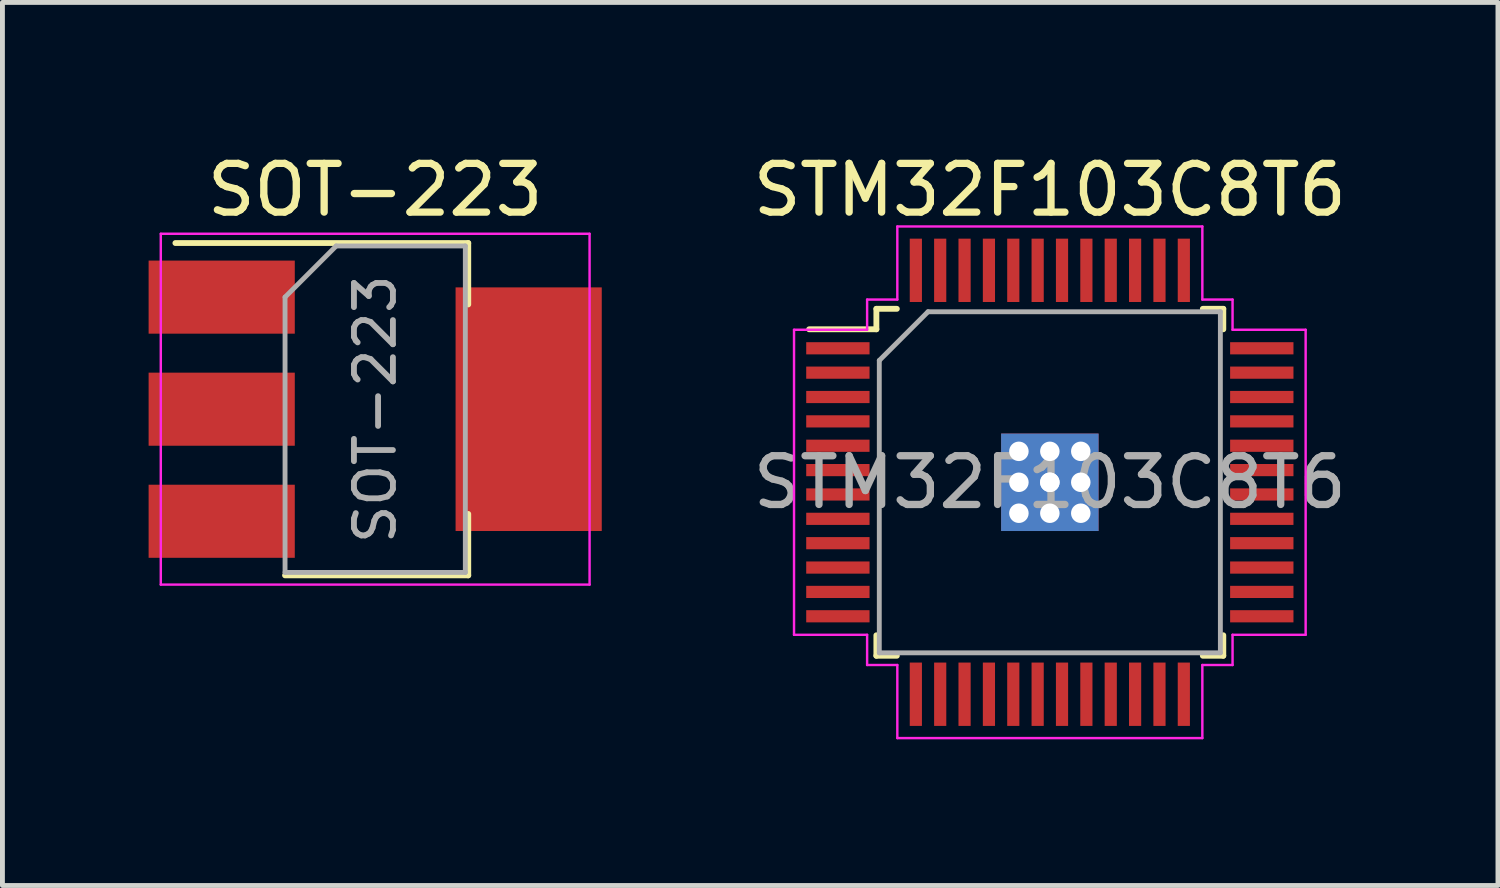
<source format=kicad_pcb>
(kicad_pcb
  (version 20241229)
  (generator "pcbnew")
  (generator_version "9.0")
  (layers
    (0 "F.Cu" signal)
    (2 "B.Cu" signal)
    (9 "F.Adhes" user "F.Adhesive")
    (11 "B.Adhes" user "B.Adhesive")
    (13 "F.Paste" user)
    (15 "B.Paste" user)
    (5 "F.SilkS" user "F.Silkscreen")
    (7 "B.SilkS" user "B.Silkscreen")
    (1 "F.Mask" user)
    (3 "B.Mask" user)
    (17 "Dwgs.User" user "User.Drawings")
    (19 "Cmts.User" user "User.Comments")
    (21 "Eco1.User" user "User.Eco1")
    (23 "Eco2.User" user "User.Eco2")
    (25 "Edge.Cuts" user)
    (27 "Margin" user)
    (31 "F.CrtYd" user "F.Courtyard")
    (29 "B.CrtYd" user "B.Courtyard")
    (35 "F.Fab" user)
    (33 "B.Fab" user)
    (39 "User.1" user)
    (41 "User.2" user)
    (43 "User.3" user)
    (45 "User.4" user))
  (footprint "SOT-223"
    (layer "F.Cu")
    (at 4.65 5.348)
    (property "Reference" "SOT-223" (at 0 -4.5 0) (layer "F.SilkS") (effects (font (size 1 1) (thickness 0.15))))
    (attr smd)
    (fp_line (start -4.1 -3.41) (end 1.91 -3.41) (stroke (width 0.12) (type solid)) (layer "F.SilkS"))
    (fp_line (start -1.85 3.41) (end 1.91 3.41) (stroke (width 0.12) (type solid)) (layer "F.SilkS"))
    (fp_line (start 1.91 -3.41) (end 1.91 -2.15) (stroke (width 0.12) (type solid)) (layer "F.SilkS"))
    (fp_line (start 1.91 3.41) (end 1.91 2.15) (stroke (width 0.12) (type solid)) (layer "F.SilkS"))
    (fp_line (start -4.4 -3.6) (end -4.4 3.6) (stroke (width 0.05) (type solid)) (layer "F.CrtYd"))
    (fp_line (start -4.4 3.6) (end 4.4 3.6) (stroke (width 0.05) (type solid)) (layer "F.CrtYd"))
    (fp_line (start 4.4 -3.6) (end -4.4 -3.6) (stroke (width 0.05) (type solid)) (layer "F.CrtYd"))
    (fp_line (start 4.4 3.6) (end 4.4 -3.6) (stroke (width 0.05) (type solid)) (layer "F.CrtYd"))
    (fp_line (start -1.85 -2.3) (end -1.85 3.35) (stroke (width 0.1) (type solid)) (layer "F.Fab"))
    (fp_line (start -1.85 -2.3) (end -0.8 -3.35) (stroke (width 0.1) (type solid)) (layer "F.Fab"))
    (fp_line (start -1.85 3.35) (end 1.85 3.35) (stroke (width 0.1) (type solid)) (layer "F.Fab"))
    (fp_line (start -0.8 -3.35) (end 1.85 -3.35) (stroke (width 0.1) (type solid)) (layer "F.Fab"))
    (fp_line (start 1.85 -3.35) (end 1.85 3.35) (stroke (width 0.1) (type solid)) (layer "F.Fab"))
    (fp_text user "${REFERENCE}" (at 0 0 90) (layer "F.Fab") (effects (font (size 0.8 0.8) (thickness 0.12))))
    (pad "1" smd rect (at -3.15 -2.3) (size 3 1.5) (layers "F.Cu" "F.Mask" "F.Paste"))
    (pad "2" smd rect (at -3.15 0) (size 3 1.5) (layers "F.Cu" "F.Mask" "F.Paste"))
    (pad "3" smd rect (at -3.15 2.3) (size 3 1.5) (layers "F.Cu" "F.Mask" "F.Paste"))
    (pad "4" smd rect (at 3.15 0) (size 3 5) (layers "F.Cu" "F.Mask" "F.Paste")))
  (footprint "STM32F103C8T6"
    (layer "F.Cu")
    (at 18.496 6.848)
    (property "Reference" "STM32F103C8T6" (at 0 -6 0) (layer "F.SilkS") (effects (font (size 1 1) (thickness 0.15))))
    (attr smd)
    (fp_line (start -3.56 -3.56) (end -3.56 -3.14) (stroke (width 0.12) (type solid)) (layer "F.SilkS"))
    (fp_line (start -3.56 -3.56) (end -3.14 -3.56) (stroke (width 0.12) (type solid)) (layer "F.SilkS"))
    (fp_line (start -3.56 -3.14) (end -4.94 -3.14) (stroke (width 0.12) (type solid)) (layer "F.SilkS"))
    (fp_line (start -3.56 3.56) (end -3.56 3.14) (stroke (width 0.12) (type solid)) (layer "F.SilkS"))
    (fp_line (start -3.56 3.56) (end -3.14 3.56) (stroke (width 0.12) (type solid)) (layer "F.SilkS"))
    (fp_line (start 3.56 -3.56) (end 3.14 -3.56) (stroke (width 0.12) (type solid)) (layer "F.SilkS"))
    (fp_line (start 3.56 -3.56) (end 3.56 -3.14) (stroke (width 0.12) (type solid)) (layer "F.SilkS"))
    (fp_line (start 3.56 3.56) (end 3.14 3.56) (stroke (width 0.12) (type solid)) (layer "F.SilkS"))
    (fp_line (start 3.56 3.56) (end 3.56 3.14) (stroke (width 0.12) (type solid)) (layer "F.SilkS"))
    (fp_line (start -5.25 -3.13) (end -5.25 3.13) (stroke (width 0.05) (type solid)) (layer "F.CrtYd"))
    (fp_line (start -3.75 -3.13) (end -5.25 -3.13) (stroke (width 0.05) (type solid)) (layer "F.CrtYd"))
    (fp_line (start -3.75 -3.13) (end -3.75 -3.75) (stroke (width 0.05) (type solid)) (layer "F.CrtYd"))
    (fp_line (start -3.75 3.13) (end -5.25 3.13) (stroke (width 0.05) (type solid)) (layer "F.CrtYd"))
    (fp_line (start -3.75 3.13) (end -3.75 3.75) (stroke (width 0.05) (type solid)) (layer "F.CrtYd"))
    (fp_line (start -3.13 -5.25) (end 3.13 -5.25) (stroke (width 0.05) (type solid)) (layer "F.CrtYd"))
    (fp_line (start -3.13 -3.75) (end -3.75 -3.75) (stroke (width 0.05) (type solid)) (layer "F.CrtYd"))
    (fp_line (start -3.13 -3.75) (end -3.13 -5.25) (stroke (width 0.05) (type solid)) (layer "F.CrtYd"))
    (fp_line (start -3.13 3.75) (end -3.75 3.75) (stroke (width 0.05) (type solid)) (layer "F.CrtYd"))
    (fp_line (start -3.13 3.75) (end -3.13 5.25) (stroke (width 0.05) (type solid)) (layer "F.CrtYd"))
    (fp_line (start -3.13 5.25) (end 3.13 5.25) (stroke (width 0.05) (type solid)) (layer "F.CrtYd"))
    (fp_line (start 3.13 -3.75) (end 3.13 -5.25) (stroke (width 0.05) (type solid)) (layer "F.CrtYd"))
    (fp_line (start 3.13 -3.75) (end 3.75 -3.75) (stroke (width 0.05) (type solid)) (layer "F.CrtYd"))
    (fp_line (start 3.13 3.75) (end 3.75 3.75) (stroke (width 0.05) (type solid)) (layer "F.CrtYd"))
    (fp_line (start 3.13 5.25) (end 3.13 3.75) (stroke (width 0.05) (type solid)) (layer "F.CrtYd"))
    (fp_line (start 3.75 -3.13) (end 3.75 -3.75) (stroke (width 0.05) (type solid)) (layer "F.CrtYd"))
    (fp_line (start 3.75 -3.13) (end 5.25 -3.13) (stroke (width 0.05) (type solid)) (layer "F.CrtYd"))
    (fp_line (start 3.75 3.13) (end 3.75 3.75) (stroke (width 0.05) (type solid)) (layer "F.CrtYd"))
    (fp_line (start 3.75 3.13) (end 5.25 3.13) (stroke (width 0.05) (type solid)) (layer "F.CrtYd"))
    (fp_line (start 5.25 -3.13) (end 5.25 3.13) (stroke (width 0.05) (type solid)) (layer "F.CrtYd"))
    (fp_line (start -3.5 -2.5) (end -2.5 -3.5) (stroke (width 0.1) (type solid)) (layer "F.Fab"))
    (fp_line (start -3.5 3.5) (end -3.5 -2.5) (stroke (width 0.1) (type solid)) (layer "F.Fab"))
    (fp_line (start -2.5 -3.5) (end 3.5 -3.5) (stroke (width 0.1) (type solid)) (layer "F.Fab"))
    (fp_line (start 3.5 -3.5) (end 3.5 3.5) (stroke (width 0.1) (type solid)) (layer "F.Fab"))
    (fp_line (start 3.5 3.5) (end -3.5 3.5) (stroke (width 0.1) (type solid)) (layer "F.Fab"))
    (fp_text user "${REFERENCE}" (at 0 0 0) (layer "F.Fab") (effects (font (size 1 1) (thickness 0.15))))
    (pad "" thru_hole circle (at -0.635 -0.635) (size 0.5 0.5) (drill 0.4) (layers "*.Cu"))
    (pad "" thru_hole circle (at -0.635 0) (size 0.5 0.5) (drill 0.4) (layers "*.Cu"))
    (pad "" thru_hole circle (at -0.635 0.635) (size 0.5 0.5) (drill 0.4) (layers "*.Cu"))
    (pad "" thru_hole circle (at 0 -0.635) (size 0.5 0.5) (drill 0.4) (layers "*.Cu"))
    (pad "" thru_hole circle (at 0 0) (size 0.5 0.5) (drill 0.4) (layers "*.Cu"))
    (pad "" thru_hole circle (at 0 0.635) (size 0.5 0.5) (drill 0.4) (layers "*.Cu"))
    (pad "" thru_hole circle (at 0.635 -0.635) (size 0.5 0.5) (drill 0.4) (layers "*.Cu"))
    (pad "" thru_hole circle (at 0.635 0) (size 0.5 0.5) (drill 0.4) (layers "*.Cu"))
    (pad "" thru_hole circle (at 0.635 0.635) (size 0.5 0.5) (drill 0.4) (layers "*.Cu"))
    (pad "1" smd rect (at -4.35 -2.75) (size 1.3 0.25) (layers "F.Cu" "F.Mask" "F.Paste"))
    (pad "2" smd rect (at -4.35 -2.25) (size 1.3 0.25) (layers "F.Cu" "F.Mask" "F.Paste"))
    (pad "3" smd rect (at -4.35 -1.75) (size 1.3 0.25) (layers "F.Cu" "F.Mask" "F.Paste"))
    (pad "4" smd rect (at -4.35 -1.25) (size 1.3 0.25) (layers "F.Cu" "F.Mask" "F.Paste"))
    (pad "5" smd rect (at -4.35 -0.75) (size 1.3 0.25) (layers "F.Cu" "F.Mask" "F.Paste"))
    (pad "6" smd rect (at -4.35 -0.25) (size 1.3 0.25) (layers "F.Cu" "F.Mask" "F.Paste"))
    (pad "7" smd rect (at -4.35 0.25) (size 1.3 0.25) (layers "F.Cu" "F.Mask" "F.Paste"))
    (pad "8" smd rect (at -4.35 0.75) (size 1.3 0.25) (layers "F.Cu" "F.Mask" "F.Paste"))
    (pad "9" smd rect (at -4.35 1.25) (size 1.3 0.25) (layers "F.Cu" "F.Mask" "F.Paste"))
    (pad "10" smd rect (at -4.35 1.75) (size 1.3 0.25) (layers "F.Cu" "F.Mask" "F.Paste"))
    (pad "11" smd rect (at -4.35 2.25) (size 1.3 0.25) (layers "F.Cu" "F.Mask" "F.Paste"))
    (pad "12" smd rect (at -4.35 2.75) (size 1.3 0.25) (layers "F.Cu" "F.Mask" "F.Paste"))
    (pad "13" smd rect (at -2.75 4.35 90) (size 1.3 0.25) (layers "F.Cu" "F.Mask" "F.Paste"))
    (pad "14" smd rect (at -2.25 4.35 90) (size 1.3 0.25) (layers "F.Cu" "F.Mask" "F.Paste"))
    (pad "15" smd rect (at -1.75 4.35 90) (size 1.3 0.25) (layers "F.Cu" "F.Mask" "F.Paste"))
    (pad "16" smd rect (at -1.25 4.35 90) (size 1.3 0.25) (layers "F.Cu" "F.Mask" "F.Paste"))
    (pad "17" smd rect (at -0.75 4.35 90) (size 1.3 0.25) (layers "F.Cu" "F.Mask" "F.Paste"))
    (pad "18" smd rect (at -0.25 4.35 90) (size 1.3 0.25) (layers "F.Cu" "F.Mask" "F.Paste"))
    (pad "19" smd rect (at 0.25 4.35 90) (size 1.3 0.25) (layers "F.Cu" "F.Mask" "F.Paste"))
    (pad "20" smd rect (at 0.75 4.35 90) (size 1.3 0.25) (layers "F.Cu" "F.Mask" "F.Paste"))
    (pad "21" smd rect (at 1.25 4.35 90) (size 1.3 0.25) (layers "F.Cu" "F.Mask" "F.Paste"))
    (pad "22" smd rect (at 1.75 4.35 90) (size 1.3 0.25) (layers "F.Cu" "F.Mask" "F.Paste"))
    (pad "23" smd rect (at 2.25 4.35 90) (size 1.3 0.25) (layers "F.Cu" "F.Mask" "F.Paste"))
    (pad "24" smd rect (at 2.75 4.35 90) (size 1.3 0.25) (layers "F.Cu" "F.Mask" "F.Paste"))
    (pad "25" smd rect (at 4.35 2.75) (size 1.3 0.25) (layers "F.Cu" "F.Mask" "F.Paste"))
    (pad "26" smd rect (at 4.35 2.25) (size 1.3 0.25) (layers "F.Cu" "F.Mask" "F.Paste"))
    (pad "27" smd rect (at 4.35 1.75) (size 1.3 0.25) (layers "F.Cu" "F.Mask" "F.Paste"))
    (pad "28" smd rect (at 4.35 1.25) (size 1.3 0.25) (layers "F.Cu" "F.Mask" "F.Paste"))
    (pad "29" smd rect (at 4.35 0.75) (size 1.3 0.25) (layers "F.Cu" "F.Mask" "F.Paste"))
    (pad "30" smd rect (at 4.35 0.25) (size 1.3 0.25) (layers "F.Cu" "F.Mask" "F.Paste"))
    (pad "31" smd rect (at 4.35 -0.25) (size 1.3 0.25) (layers "F.Cu" "F.Mask" "F.Paste"))
    (pad "32" smd rect (at 4.35 -0.75) (size 1.3 0.25) (layers "F.Cu" "F.Mask" "F.Paste"))
    (pad "33" smd rect (at 4.35 -1.25) (size 1.3 0.25) (layers "F.Cu" "F.Mask" "F.Paste"))
    (pad "34" smd rect (at 4.35 -1.75) (size 1.3 0.25) (layers "F.Cu" "F.Mask" "F.Paste"))
    (pad "35" smd rect (at 4.35 -2.25) (size 1.3 0.25) (layers "F.Cu" "F.Mask" "F.Paste"))
    (pad "36" smd rect (at 4.35 -2.75) (size 1.3 0.25) (layers "F.Cu" "F.Mask" "F.Paste"))
    (pad "37" smd rect (at 2.75 -4.35 90) (size 1.3 0.25) (layers "F.Cu" "F.Mask" "F.Paste"))
    (pad "38" smd rect (at 2.25 -4.35 90) (size 1.3 0.25) (layers "F.Cu" "F.Mask" "F.Paste"))
    (pad "39" smd rect (at 1.75 -4.35 90) (size 1.3 0.25) (layers "F.Cu" "F.Mask" "F.Paste"))
    (pad "40" smd rect (at 1.25 -4.35 90) (size 1.3 0.25) (layers "F.Cu" "F.Mask" "F.Paste"))
    (pad "41" smd rect (at 0.75 -4.35 90) (size 1.3 0.25) (layers "F.Cu" "F.Mask" "F.Paste"))
    (pad "42" smd rect (at 0.25 -4.35 90) (size 1.3 0.25) (layers "F.Cu" "F.Mask" "F.Paste"))
    (pad "43" smd rect (at -0.25 -4.35 90) (size 1.3 0.25) (layers "F.Cu" "F.Mask" "F.Paste"))
    (pad "44" smd rect (at -0.75 -4.35 90) (size 1.3 0.25) (layers "F.Cu" "F.Mask" "F.Paste"))
    (pad "45" smd rect (at -1.25 -4.35 90) (size 1.3 0.25) (layers "F.Cu" "F.Mask" "F.Paste"))
    (pad "46" smd rect (at -1.75 -4.35 90) (size 1.3 0.25) (layers "F.Cu" "F.Mask" "F.Paste"))
    (pad "47" smd rect (at -2.25 -4.35 90) (size 1.3 0.25) (layers "F.Cu" "F.Mask" "F.Paste"))
    (pad "47" thru_hole rect (at 0 0) (size 2 2) (drill 0.4) (layers "*.Cu"))
    (pad "48" smd rect (at -2.75 -4.35 90) (size 1.3 0.25) (layers "F.Cu" "F.Mask" "F.Paste")))
  (gr_rect
    (start -3 -3)
    (end 27.693 15.123)
    (stroke (width 0.1) (type default))
    (fill no)
    (layer "Edge.Cuts")))
</source>
